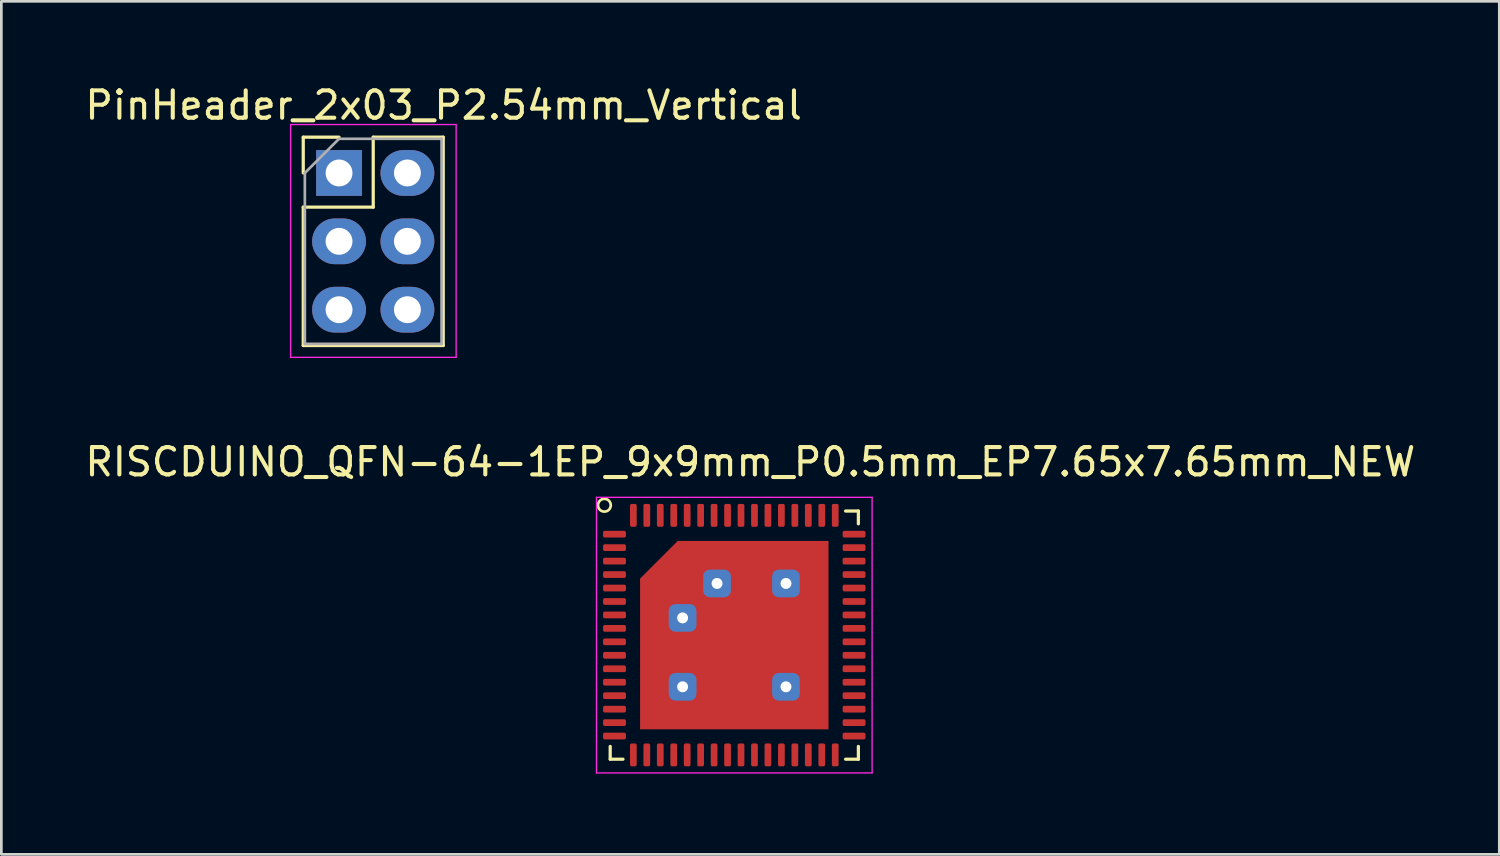
<source format=kicad_pcb>
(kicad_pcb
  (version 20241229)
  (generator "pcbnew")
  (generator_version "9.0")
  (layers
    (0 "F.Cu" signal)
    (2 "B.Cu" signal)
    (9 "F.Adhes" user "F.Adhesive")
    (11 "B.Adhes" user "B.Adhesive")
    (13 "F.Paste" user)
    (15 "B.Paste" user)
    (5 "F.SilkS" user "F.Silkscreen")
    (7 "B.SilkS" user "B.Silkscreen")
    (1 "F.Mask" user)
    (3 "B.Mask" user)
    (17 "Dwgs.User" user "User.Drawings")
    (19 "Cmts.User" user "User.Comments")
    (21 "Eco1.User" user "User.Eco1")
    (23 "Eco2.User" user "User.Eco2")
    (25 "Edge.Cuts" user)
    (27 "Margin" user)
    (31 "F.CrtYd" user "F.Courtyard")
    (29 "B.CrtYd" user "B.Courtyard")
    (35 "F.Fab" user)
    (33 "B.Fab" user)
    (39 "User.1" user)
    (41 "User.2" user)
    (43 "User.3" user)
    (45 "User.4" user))
  (footprint "RISCDUINO_QFN-64-1EP_9x9mm_P0.5mm_EP7.65x7.65mm_NEW"
    (layer "F.Cu")
    (at 19.78 16.796)
    (property "Reference" "RISCDUINO_QFN-64-1EP_9x9mm_P0.5mm_EP7.65x7.65mm_NEW" (at 5.045 -2.683 0) (layer "F.SilkS") (effects (font (size 1.016 1.016) (thickness 0.152))))
    (attr smd)
    (fp_line (start -0.16 8.36) (end -0.16 7.885) (stroke (width 0.12) (type solid)) (layer "F.SilkS"))
    (fp_line (start 0.315 8.36) (end -0.16 8.36) (stroke (width 0.12) (type solid)) (layer "F.SilkS"))
    (fp_line (start 8.585 -0.86) (end 9.06 -0.86) (stroke (width 0.12) (type solid)) (layer "F.SilkS"))
    (fp_line (start 8.585 8.36) (end 9.06 8.36) (stroke (width 0.12) (type solid)) (layer "F.SilkS"))
    (fp_line (start 9.06 -0.86) (end 9.06 -0.385) (stroke (width 0.12) (type solid)) (layer "F.SilkS"))
    (fp_line (start 9.06 8.36) (end 9.06 7.885) (stroke (width 0.12) (type solid)) (layer "F.SilkS"))
    (fp_circle (center -0.376 -1.076) (end -0.139 -1.076) (stroke (width 0.1) (type solid)) (fill no) (layer "F.SilkS"))
    (fp_line (start -0.67 -1.37) (end -0.67 8.87) (stroke (width 0.05) (type solid)) (layer "F.CrtYd"))
    (fp_line (start -0.67 8.87) (end 9.57 8.87) (stroke (width 0.05) (type solid)) (layer "F.CrtYd"))
    (fp_line (start 9.57 -1.37) (end -0.67 -1.37) (stroke (width 0.05) (type solid)) (layer "F.CrtYd"))
    (fp_line (start 9.57 8.87) (end 9.57 -1.37) (stroke (width 0.05) (type solid)) (layer "F.CrtYd"))
    (pad "" smd roundrect (at 2.53 1.83) (size 1.03 1.03) (layers "F.Paste") (roundrect_rratio 0.243))
    (pad "" thru_hole roundrect (at 2.53 3.11) (size 1.03 1.03) (drill 0.406) (layers "*.Cu" "*.Mask") (roundrect_rratio 0.243))
    (pad "" smd roundrect (at 2.53 4.39) (size 1.03 1.03) (layers "F.Paste") (roundrect_rratio 0.243))
    (pad "" thru_hole roundrect (at 2.53 5.67) (size 1.03 1.03) (drill 0.406) (layers "*.Cu" "*.Mask") (roundrect_rratio 0.243))
    (pad "" thru_hole roundrect (at 3.81 1.83) (size 1.03 1.03) (drill 0.406) (layers "*.Cu" "*.Mask") (roundrect_rratio 0.243))
    (pad "" smd roundrect (at 3.81 3.11) (size 1.03 1.03) (layers "F.Paste") (roundrect_rratio 0.243))
    (pad "" smd roundrect (at 3.81 4.39) (size 1.03 1.03) (layers "F.Paste") (roundrect_rratio 0.243))
    (pad "" smd roundrect (at 3.81 5.67) (size 1.03 1.03) (layers "F.Paste") (roundrect_rratio 0.243))
    (pad "" smd roundrect (at 5.09 1.83) (size 1.03 1.03) (layers "F.Paste") (roundrect_rratio 0.243))
    (pad "" smd roundrect (at 5.09 3.11) (size 1.03 1.03) (layers "F.Paste") (roundrect_rratio 0.243))
    (pad "" smd roundrect (at 5.09 4.39) (size 1.03 1.03) (layers "F.Paste") (roundrect_rratio 0.243))
    (pad "" smd roundrect (at 5.09 5.67) (size 1.03 1.03) (layers "F.Paste") (roundrect_rratio 0.243))
    (pad "" thru_hole roundrect (at 6.37 1.83) (size 1.03 1.03) (drill 0.406) (layers "*.Cu" "*.Mask") (roundrect_rratio 0.243))
    (pad "" smd roundrect (at 6.37 3.11) (size 1.03 1.03) (layers "F.Paste") (roundrect_rratio 0.243))
    (pad "" smd roundrect (at 6.37 4.39) (size 1.03 1.03) (layers "F.Paste") (roundrect_rratio 0.243))
    (pad "" thru_hole roundrect (at 6.37 5.67) (size 1.03 1.03) (drill 0.406) (layers "*.Cu" "*.Mask") (roundrect_rratio 0.243))
    (pad "1" smd roundrect (at 0 0) (size 0.85 0.25) (layers "F.Cu" "F.Mask" "F.Paste") (roundrect_rratio 0.25))
    (pad "2" smd roundrect (at 0 0.5) (size 0.85 0.25) (layers "F.Cu" "F.Mask" "F.Paste") (roundrect_rratio 0.25))
    (pad "3" smd roundrect (at 0 1) (size 0.85 0.25) (layers "F.Cu" "F.Mask" "F.Paste") (roundrect_rratio 0.25))
    (pad "4" smd roundrect (at 0 1.5) (size 0.85 0.25) (layers "F.Cu" "F.Mask" "F.Paste") (roundrect_rratio 0.25))
    (pad "5" smd roundrect (at 0 2) (size 0.85 0.25) (layers "F.Cu" "F.Mask" "F.Paste") (roundrect_rratio 0.25))
    (pad "6" smd roundrect (at 0 2.5) (size 0.85 0.25) (layers "F.Cu" "F.Mask" "F.Paste") (roundrect_rratio 0.25))
    (pad "7" smd roundrect (at 0 3) (size 0.85 0.25) (layers "F.Cu" "F.Mask" "F.Paste") (roundrect_rratio 0.25))
    (pad "8" smd roundrect (at 0 3.5) (size 0.85 0.25) (layers "F.Cu" "F.Mask" "F.Paste") (roundrect_rratio 0.25))
    (pad "9" smd roundrect (at 0 4) (size 0.85 0.25) (layers "F.Cu" "F.Mask" "F.Paste") (roundrect_rratio 0.25))
    (pad "10" smd roundrect (at 0 4.5) (size 0.85 0.25) (layers "F.Cu" "F.Mask" "F.Paste") (roundrect_rratio 0.25))
    (pad "11" smd roundrect (at 0 5) (size 0.85 0.25) (layers "F.Cu" "F.Mask" "F.Paste") (roundrect_rratio 0.25))
    (pad "12" smd roundrect (at 0 5.5) (size 0.85 0.25) (layers "F.Cu" "F.Mask" "F.Paste") (roundrect_rratio 0.25))
    (pad "13" smd roundrect (at 0 6) (size 0.85 0.25) (layers "F.Cu" "F.Mask" "F.Paste") (roundrect_rratio 0.25))
    (pad "14" smd roundrect (at 0 6.5) (size 0.85 0.25) (layers "F.Cu" "F.Mask" "F.Paste") (roundrect_rratio 0.25))
    (pad "15" smd roundrect (at 0 7) (size 0.85 0.25) (layers "F.Cu" "F.Mask" "F.Paste") (roundrect_rratio 0.25))
    (pad "16" smd roundrect (at 0 7.5) (size 0.85 0.25) (layers "F.Cu" "F.Mask" "F.Paste") (roundrect_rratio 0.25))
    (pad "17" smd roundrect (at 0.7 8.2) (size 0.25 0.85) (layers "F.Cu" "F.Mask" "F.Paste") (roundrect_rratio 0.25))
    (pad "18" smd roundrect (at 1.2 8.2) (size 0.25 0.85) (layers "F.Cu" "F.Mask" "F.Paste") (roundrect_rratio 0.25))
    (pad "19" smd roundrect (at 1.7 8.2) (size 0.25 0.85) (layers "F.Cu" "F.Mask" "F.Paste") (roundrect_rratio 0.25))
    (pad "20" smd roundrect (at 2.2 8.2) (size 0.25 0.85) (layers "F.Cu" "F.Mask" "F.Paste") (roundrect_rratio 0.25))
    (pad "21" smd roundrect (at 2.7 8.2) (size 0.25 0.85) (layers "F.Cu" "F.Mask" "F.Paste") (roundrect_rratio 0.25))
    (pad "22" smd roundrect (at 3.2 8.2) (size 0.25 0.85) (layers "F.Cu" "F.Mask" "F.Paste") (roundrect_rratio 0.25))
    (pad "23" smd roundrect (at 3.7 8.2) (size 0.25 0.85) (layers "F.Cu" "F.Mask" "F.Paste") (roundrect_rratio 0.25))
    (pad "24" smd roundrect (at 4.2 8.2) (size 0.25 0.85) (layers "F.Cu" "F.Mask" "F.Paste") (roundrect_rratio 0.25))
    (pad "25" smd roundrect (at 4.7 8.2) (size 0.25 0.85) (layers "F.Cu" "F.Mask" "F.Paste") (roundrect_rratio 0.25))
    (pad "26" smd roundrect (at 5.2 8.2) (size 0.25 0.85) (layers "F.Cu" "F.Mask" "F.Paste") (roundrect_rratio 0.25))
    (pad "27" smd roundrect (at 5.7 8.2) (size 0.25 0.85) (layers "F.Cu" "F.Mask" "F.Paste") (roundrect_rratio 0.25))
    (pad "28" smd roundrect (at 6.2 8.2) (size 0.25 0.85) (layers "F.Cu" "F.Mask" "F.Paste") (roundrect_rratio 0.25))
    (pad "29" smd roundrect (at 6.7 8.2) (size 0.25 0.85) (layers "F.Cu" "F.Mask" "F.Paste") (roundrect_rratio 0.25))
    (pad "30" smd roundrect (at 7.2 8.2) (size 0.25 0.85) (layers "F.Cu" "F.Mask" "F.Paste") (roundrect_rratio 0.25))
    (pad "31" smd roundrect (at 7.7 8.2) (size 0.25 0.85) (layers "F.Cu" "F.Mask" "F.Paste") (roundrect_rratio 0.25))
    (pad "32" smd roundrect (at 8.2 8.2) (size 0.25 0.85) (layers "F.Cu" "F.Mask" "F.Paste") (roundrect_rratio 0.25))
    (pad "33" smd roundrect (at 8.9 7.5) (size 0.85 0.25) (layers "F.Cu" "F.Mask" "F.Paste") (roundrect_rratio 0.25))
    (pad "34" smd roundrect (at 8.9 7) (size 0.85 0.25) (layers "F.Cu" "F.Mask" "F.Paste") (roundrect_rratio 0.25))
    (pad "35" smd roundrect (at 8.9 6.5) (size 0.85 0.25) (layers "F.Cu" "F.Mask" "F.Paste") (roundrect_rratio 0.25))
    (pad "36" smd roundrect (at 8.9 6) (size 0.85 0.25) (layers "F.Cu" "F.Mask" "F.Paste") (roundrect_rratio 0.25))
    (pad "37" smd roundrect (at 8.9 5.5) (size 0.85 0.25) (layers "F.Cu" "F.Mask" "F.Paste") (roundrect_rratio 0.25))
    (pad "38" smd roundrect (at 8.9 5) (size 0.85 0.25) (layers "F.Cu" "F.Mask" "F.Paste") (roundrect_rratio 0.25))
    (pad "39" smd roundrect (at 8.9 4.5) (size 0.85 0.25) (layers "F.Cu" "F.Mask" "F.Paste") (roundrect_rratio 0.25))
    (pad "40" smd roundrect (at 8.9 4) (size 0.85 0.25) (layers "F.Cu" "F.Mask" "F.Paste") (roundrect_rratio 0.25))
    (pad "41" smd roundrect (at 8.9 3.5) (size 0.85 0.25) (layers "F.Cu" "F.Mask" "F.Paste") (roundrect_rratio 0.25))
    (pad "42" smd roundrect (at 8.9 3) (size 0.85 0.25) (layers "F.Cu" "F.Mask" "F.Paste") (roundrect_rratio 0.25))
    (pad "43" smd roundrect (at 8.9 2.5) (size 0.85 0.25) (layers "F.Cu" "F.Mask" "F.Paste") (roundrect_rratio 0.25))
    (pad "44" smd roundrect (at 8.9 2) (size 0.85 0.25) (layers "F.Cu" "F.Mask" "F.Paste") (roundrect_rratio 0.25))
    (pad "45" smd roundrect (at 8.9 1.5) (size 0.85 0.25) (layers "F.Cu" "F.Mask" "F.Paste") (roundrect_rratio 0.25))
    (pad "46" smd roundrect (at 8.9 1) (size 0.85 0.25) (layers "F.Cu" "F.Mask" "F.Paste") (roundrect_rratio 0.25))
    (pad "47" smd roundrect (at 8.9 0.5) (size 0.85 0.25) (layers "F.Cu" "F.Mask" "F.Paste") (roundrect_rratio 0.25))
    (pad "48" smd roundrect (at 8.9 0) (size 0.85 0.25) (layers "F.Cu" "F.Mask" "F.Paste") (roundrect_rratio 0.25))
    (pad "49" smd roundrect (at 8.2 -0.7) (size 0.25 0.85) (layers "F.Cu" "F.Mask" "F.Paste") (roundrect_rratio 0.25))
    (pad "50" smd roundrect (at 7.7 -0.7) (size 0.25 0.85) (layers "F.Cu" "F.Mask" "F.Paste") (roundrect_rratio 0.25))
    (pad "51" smd roundrect (at 7.2 -0.7) (size 0.25 0.85) (layers "F.Cu" "F.Mask" "F.Paste") (roundrect_rratio 0.25))
    (pad "52" smd roundrect (at 6.7 -0.7) (size 0.25 0.85) (layers "F.Cu" "F.Mask" "F.Paste") (roundrect_rratio 0.25))
    (pad "53" smd roundrect (at 6.2 -0.7) (size 0.25 0.85) (layers "F.Cu" "F.Mask" "F.Paste") (roundrect_rratio 0.25))
    (pad "54" smd roundrect (at 5.7 -0.7) (size 0.25 0.85) (layers "F.Cu" "F.Mask" "F.Paste") (roundrect_rratio 0.25))
    (pad "55" smd roundrect (at 5.2 -0.7) (size 0.25 0.85) (layers "F.Cu" "F.Mask" "F.Paste") (roundrect_rratio 0.25))
    (pad "56" smd roundrect (at 4.7 -0.7) (size 0.25 0.85) (layers "F.Cu" "F.Mask" "F.Paste") (roundrect_rratio 0.25))
    (pad "57" smd roundrect (at 4.2 -0.7) (size 0.25 0.85) (layers "F.Cu" "F.Mask" "F.Paste") (roundrect_rratio 0.25))
    (pad "58" smd roundrect (at 3.7 -0.7) (size 0.25 0.85) (layers "F.Cu" "F.Mask" "F.Paste") (roundrect_rratio 0.25))
    (pad "59" smd roundrect (at 3.2 -0.7) (size 0.25 0.85) (layers "F.Cu" "F.Mask" "F.Paste") (roundrect_rratio 0.25))
    (pad "60" smd roundrect (at 2.7 -0.7) (size 0.25 0.85) (layers "F.Cu" "F.Mask" "F.Paste") (roundrect_rratio 0.25))
    (pad "61" smd roundrect (at 2.2 -0.7) (size 0.25 0.85) (layers "F.Cu" "F.Mask" "F.Paste") (roundrect_rratio 0.25))
    (pad "62" smd roundrect (at 1.7 -0.7) (size 0.25 0.85) (layers "F.Cu" "F.Mask" "F.Paste") (roundrect_rratio 0.25))
    (pad "63" smd roundrect (at 1.2 -0.7) (size 0.25 0.85) (layers "F.Cu" "F.Mask" "F.Paste") (roundrect_rratio 0.25))
    (pad "64" smd roundrect (at 0.7 -0.7) (size 0.25 0.85) (layers "F.Cu" "F.Mask" "F.Paste") (roundrect_rratio 0.25))
    (pad "65" smd roundrect (at 4.45 3.75) (size 7 7) (layers "F.Cu" "F.Mask") (roundrect_rratio 0) (chamfer_ratio 0.2) (chamfer top_left)))
  (footprint "PinHeader_2x03_P2.54mm_Vertical"
    (layer "F.Cu")
    (at 9.546 3.376)
    (property "Reference" "PinHeader_2x03_P2.54mm_Vertical" (at 3.886 -2.515 0) (layer "F.SilkS") (effects (font (size 1.016 1.016) (thickness 0.152))))
    (attr through_hole)
    (fp_line (start -1.33 -1.33) (end 0 -1.33) (stroke (width 0.12) (type solid)) (layer "F.SilkS"))
    (fp_line (start -1.33 0) (end -1.33 -1.33) (stroke (width 0.12) (type solid)) (layer "F.SilkS"))
    (fp_line (start -1.33 1.27) (end -1.33 6.41) (stroke (width 0.12) (type solid)) (layer "F.SilkS"))
    (fp_line (start -1.33 1.27) (end 1.27 1.27) (stroke (width 0.12) (type solid)) (layer "F.SilkS"))
    (fp_line (start -1.33 6.41) (end 3.87 6.41) (stroke (width 0.12) (type solid)) (layer "F.SilkS"))
    (fp_line (start 1.27 -1.33) (end 3.87 -1.33) (stroke (width 0.12) (type solid)) (layer "F.SilkS"))
    (fp_line (start 1.27 1.27) (end 1.27 -1.33) (stroke (width 0.12) (type solid)) (layer "F.SilkS"))
    (fp_line (start 3.87 -1.33) (end 3.87 6.41) (stroke (width 0.12) (type solid)) (layer "F.SilkS"))
    (fp_line (start -1.8 -1.8) (end -1.8 6.85) (stroke (width 0.05) (type solid)) (layer "F.CrtYd"))
    (fp_line (start -1.8 6.85) (end 4.35 6.85) (stroke (width 0.05) (type solid)) (layer "F.CrtYd"))
    (fp_line (start 4.35 -1.8) (end -1.8 -1.8) (stroke (width 0.05) (type solid)) (layer "F.CrtYd"))
    (fp_line (start 4.35 6.85) (end 4.35 -1.8) (stroke (width 0.05) (type solid)) (layer "F.CrtYd"))
    (fp_line (start -1.27 0) (end 0 -1.27) (stroke (width 0.1) (type solid)) (layer "F.Fab"))
    (fp_line (start -1.27 6.35) (end -1.27 0) (stroke (width 0.1) (type solid)) (layer "F.Fab"))
    (fp_line (start 0 -1.27) (end 3.81 -1.27) (stroke (width 0.1) (type solid)) (layer "F.Fab"))
    (fp_line (start 3.81 -1.27) (end 3.81 6.35) (stroke (width 0.1) (type solid)) (layer "F.Fab"))
    (fp_line (start 3.81 6.35) (end -1.27 6.35) (stroke (width 0.1) (type solid)) (layer "F.Fab"))
    (pad "1" thru_hole rect (at 0 0) (size 1.7 1.7) (drill 1) (layers "*.Cu" "*.Mask"))
    (pad "2" thru_hole oval (at 2.54 0) (size 2 1.7) (drill 1) (layers "*.Cu" "*.Mask"))
    (pad "3" thru_hole oval (at 0 2.54) (size 2 1.7) (drill 1) (layers "*.Cu" "*.Mask"))
    (pad "4" thru_hole oval (at 2.54 2.54) (size 2 1.7) (drill 1) (layers "*.Cu" "*.Mask"))
    (pad "5" thru_hole oval (at 0 5.08) (size 2 1.7) (drill 1) (layers "*.Cu" "*.Mask"))
    (pad "6" thru_hole oval (at 2.54 5.08) (size 2 1.7) (drill 1) (layers "*.Cu" "*.Mask")))
  (gr_rect
    (start -3 -3)
    (end 52.651 28.691)
    (stroke (width 0.1) (type default))
    (fill no)
    (layer "Edge.Cuts")))
</source>
